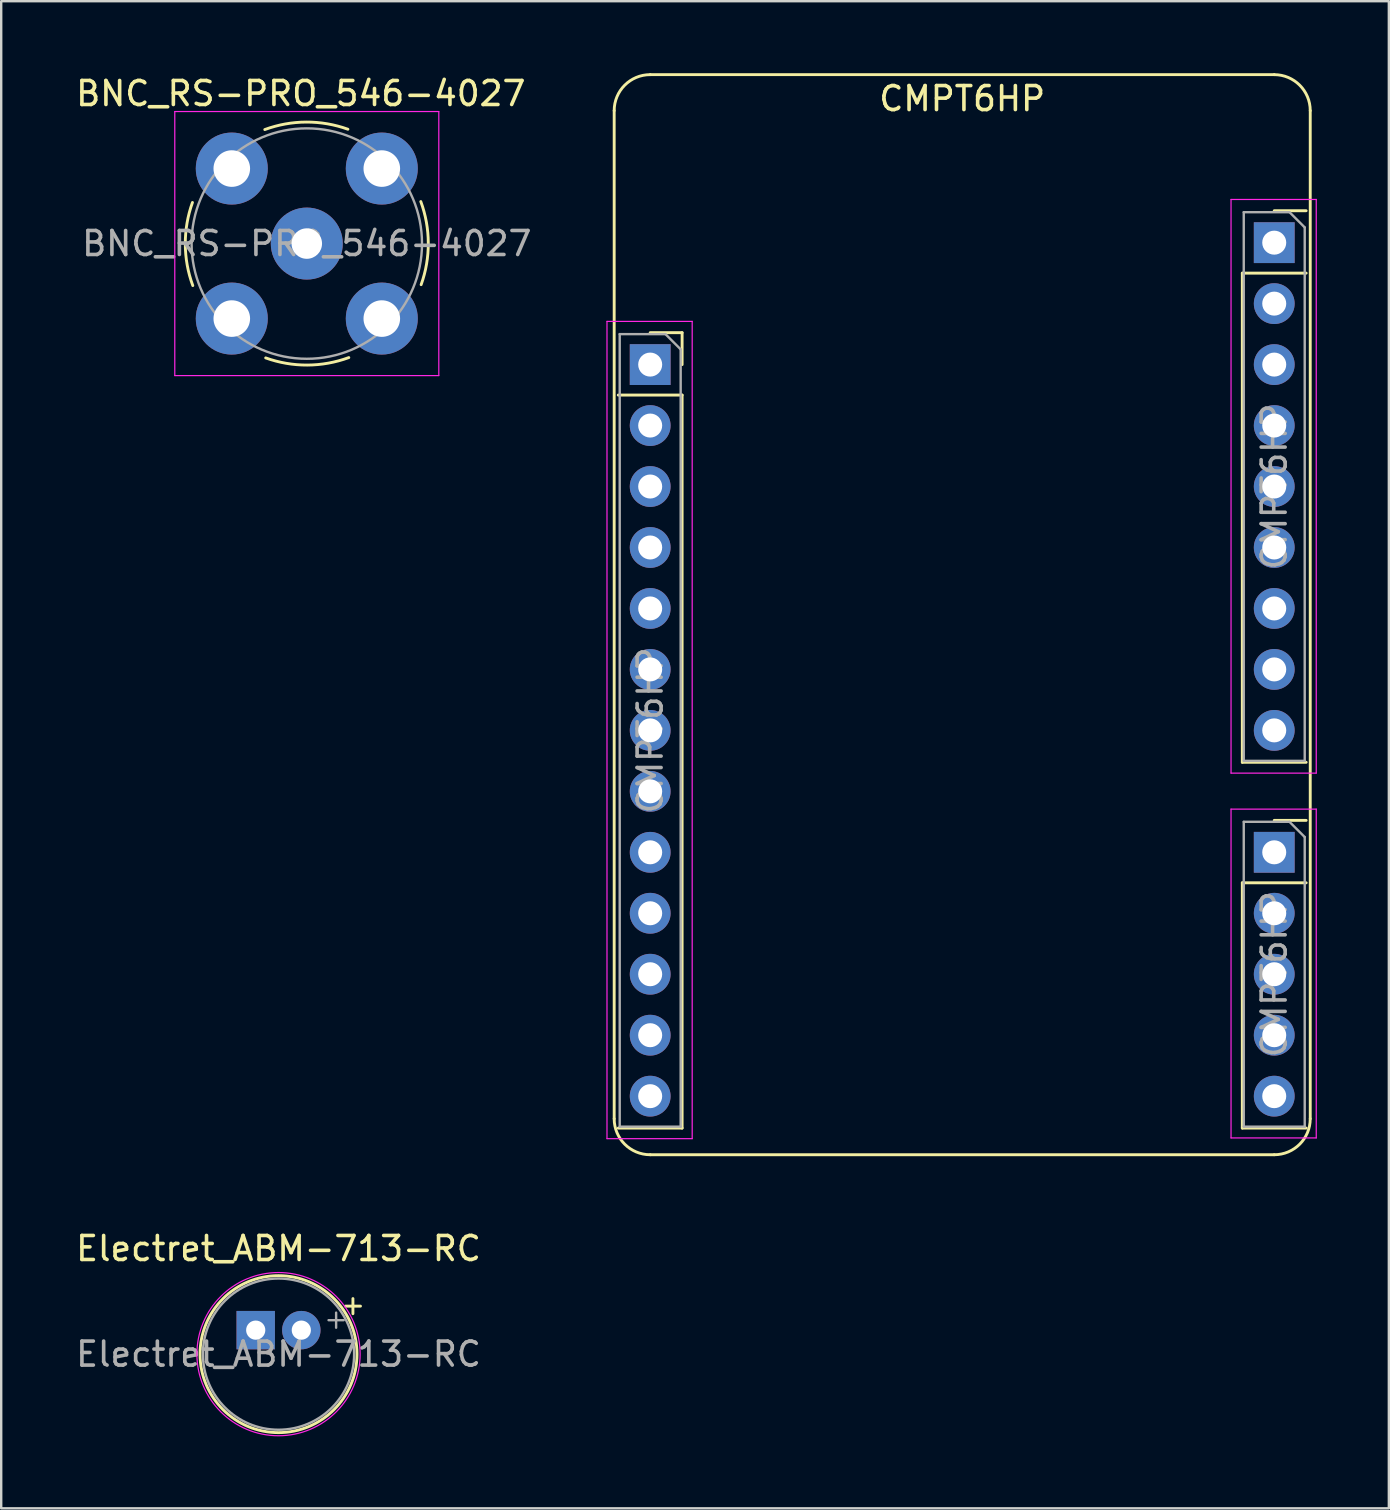
<source format=kicad_pcb>
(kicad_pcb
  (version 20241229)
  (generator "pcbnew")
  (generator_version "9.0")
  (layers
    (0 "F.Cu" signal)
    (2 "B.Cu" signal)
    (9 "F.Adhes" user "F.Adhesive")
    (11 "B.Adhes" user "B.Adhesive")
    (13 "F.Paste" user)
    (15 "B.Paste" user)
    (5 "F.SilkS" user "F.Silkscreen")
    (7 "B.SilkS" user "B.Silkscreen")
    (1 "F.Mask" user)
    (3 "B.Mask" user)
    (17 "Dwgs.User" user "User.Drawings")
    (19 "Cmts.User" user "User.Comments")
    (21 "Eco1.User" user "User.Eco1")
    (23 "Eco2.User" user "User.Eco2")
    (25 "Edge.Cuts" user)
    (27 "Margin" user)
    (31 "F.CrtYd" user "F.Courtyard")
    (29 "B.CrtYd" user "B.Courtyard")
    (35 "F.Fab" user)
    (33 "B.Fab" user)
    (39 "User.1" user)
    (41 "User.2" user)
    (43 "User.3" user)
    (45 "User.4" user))
  (footprint "BNC_RS-PRO_546-4027"
    (layer "F.Cu")
    (at 9.732 7.098)
    (property "Reference" "BNC_RS-PRO_546-4027" (at -0.25 -6.25 0) (layer "F.SilkS") (effects (font (size 1 1) (thickness 0.15))))
    (attr through_hole)
    (fp_arc (start -4.75 1.75) (mid -5.062075 0.019867) (end -4.763589 -1.712663) (stroke (width 0.12) (type solid)) (layer "F.SilkS"))
    (fp_arc (start -1.75 -4.75) (mid -0.019867 -5.062075) (end 1.712663 -4.763589) (stroke (width 0.12) (type solid)) (layer "F.SilkS"))
    (fp_arc (start 1.75 4.75) (mid 0.019867 5.062075) (end -1.712663 4.763589) (stroke (width 0.12) (type solid)) (layer "F.SilkS"))
    (fp_arc (start 4.75 -1.75) (mid 5.062075 -0.019867) (end 4.763589 1.712663) (stroke (width 0.12) (type solid)) (layer "F.SilkS"))
    (fp_line (start -5.5 -5.5) (end 5.5 -5.5) (stroke (width 0.05) (type solid)) (layer "F.CrtYd"))
    (fp_line (start -5.5 5.5) (end -5.5 -5.5) (stroke (width 0.05) (type solid)) (layer "F.CrtYd"))
    (fp_line (start 5.5 -5.5) (end 5.5 5.5) (stroke (width 0.05) (type solid)) (layer "F.CrtYd"))
    (fp_line (start 5.5 5.5) (end -5.5 5.5) (stroke (width 0.05) (type solid)) (layer "F.CrtYd"))
    (fp_circle (center 0 0) (end 4.8 0) (stroke (width 0.1) (type solid)) (fill no) (layer "F.Fab"))
    (fp_text user "${REFERENCE}" (at 0 0 0) (layer "F.Fab") (effects (font (size 1 1) (thickness 0.15))))
    (pad "1" thru_hole circle (at 0 0) (size 3 3) (drill 1.27) (layers "*.Cu" "*.Mask"))
    (pad "2" thru_hole circle (at -3.125 -3.125) (size 3 3) (drill 1.524) (layers "*.Cu" "*.Mask"))
    (pad "2" thru_hole circle (at -3.125 3.125) (size 3 3) (drill 1.524) (layers "*.Cu" "*.Mask"))
    (pad "2" thru_hole circle (at 3.125 -3.125) (size 3 3) (drill 1.524) (layers "*.Cu" "*.Mask"))
    (pad "2" thru_hole circle (at 3.125 3.125) (size 3 3) (drill 1.524) (layers "*.Cu" "*.Mask")))
  (footprint "Electret_ABM-713-RC"
    (layer "F.Cu")
    (at 8.554 53.368)
    (property "Reference" "Electret_ABM-713-RC" (at 0 -4.4 0) (layer "F.SilkS") (effects (font (size 1 1) (thickness 0.15))))
    (attr through_hole)
    (fp_line (start 2.785 -2) (end 3.415 -2) (stroke (width 0.12) (type solid)) (layer "F.SilkS"))
    (fp_line (start 3.1 -2.315) (end 3.1 -1.685) (stroke (width 0.12) (type solid)) (layer "F.SilkS"))
    (fp_circle (center 0 0) (end 3.27 0) (stroke (width 0.12) (type solid)) (fill no) (layer "F.SilkS"))
    (fp_circle (center 0 0) (end 3.4 0) (stroke (width 0.05) (type solid)) (fill no) (layer "F.CrtYd"))
    (fp_line (start 2.085 -1.415) (end 2.715 -1.415) (stroke (width 0.1) (type solid)) (layer "F.Fab"))
    (fp_line (start 2.4 -1.73) (end 2.4 -1.1) (stroke (width 0.1) (type solid)) (layer "F.Fab"))
    (fp_circle (center 0 0) (end 3.15 0) (stroke (width 0.1) (type solid)) (fill no) (layer "F.Fab"))
    (fp_text user "${REFERENCE}" (at 0 0 0) (layer "F.Fab") (effects (font (size 1 1) (thickness 0.15))))
    (pad "1" thru_hole rect (at -0.95 -1) (size 1.6 1.6) (drill 0.8) (layers "*.Cu" "*.Mask"))
    (pad "2" thru_hole circle (at 0.95 -1) (size 1.6 1.6) (drill 0.8) (layers "*.Cu" "*.Mask")))
  (footprint "CMPT6HP"
    (layer "F.Cu")
    (at 37.039 7.06)
    (property "Reference" "CMPT6HP" (at 0 -6 0) (layer "F.SilkS") (effects (font (size 1 1) (thickness 0.15))))
    (attr through_hole)
    (fp_line (start -14.5 36.5) (end -14.5 -5.5) (stroke (width 0.12) (type solid)) (layer "F.SilkS"))
    (fp_line (start -14.33 6.35) (end -11.67 6.35) (stroke (width 0.12) (type solid)) (layer "F.SilkS"))
    (fp_line (start -14.33 36.89) (end -11.67 36.89) (stroke (width 0.12) (type solid)) (layer "F.SilkS"))
    (fp_line (start -13 -7) (end 13 -7) (stroke (width 0.12) (type solid)) (layer "F.SilkS"))
    (fp_line (start -13 3.75) (end -11.67 3.75) (stroke (width 0.12) (type solid)) (layer "F.SilkS"))
    (fp_line (start -11.67 3.75) (end -11.67 5.08) (stroke (width 0.12) (type solid)) (layer "F.SilkS"))
    (fp_line (start -11.67 6.35) (end -11.67 36.89) (stroke (width 0.12) (type solid)) (layer "F.SilkS"))
    (fp_line (start 11.67 1.27) (end 11.67 21.65) (stroke (width 0.12) (type solid)) (layer "F.SilkS"))
    (fp_line (start 11.67 1.27) (end 14.33 1.27) (stroke (width 0.12) (type solid)) (layer "F.SilkS"))
    (fp_line (start 11.67 21.65) (end 14.33 21.65) (stroke (width 0.12) (type solid)) (layer "F.SilkS"))
    (fp_line (start 11.67 26.67) (end 11.67 36.89) (stroke (width 0.12) (type solid)) (layer "F.SilkS"))
    (fp_line (start 11.67 26.67) (end 14.33 26.67) (stroke (width 0.12) (type solid)) (layer "F.SilkS"))
    (fp_line (start 11.67 36.89) (end 14.33 36.89) (stroke (width 0.12) (type solid)) (layer "F.SilkS"))
    (fp_line (start 13 -1.33) (end 14.33 -1.33) (stroke (width 0.12) (type solid)) (layer "F.SilkS"))
    (fp_line (start 13 24.07) (end 14.33 24.07) (stroke (width 0.12) (type solid)) (layer "F.SilkS"))
    (fp_line (start 13 38) (end -13 38) (stroke (width 0.12) (type solid)) (layer "F.SilkS"))
    (fp_line (start 14.5 -5.5) (end 14.5 36.5) (stroke (width 0.12) (type solid)) (layer "F.SilkS"))
    (fp_arc (start -14.5 -5.5) (mid -14.06066 -6.56066) (end -13 -7) (stroke (width 0.12) (type solid)) (layer "F.SilkS"))
    (fp_arc (start -13 38) (mid -14.06066 37.56066) (end -14.5 36.5) (stroke (width 0.12) (type solid)) (layer "F.SilkS"))
    (fp_arc (start 13 -7) (mid 14.06066 -6.56066) (end 14.5 -5.5) (stroke (width 0.12) (type solid)) (layer "F.SilkS"))
    (fp_arc (start 14.5 36.5) (mid 14.06066 37.56066) (end 13 38) (stroke (width 0.12) (type solid)) (layer "F.SilkS"))
    (fp_line (start -14.8 3.28) (end -11.25 3.28) (stroke (width 0.05) (type solid)) (layer "F.CrtYd"))
    (fp_line (start -14.8 37.33) (end -14.8 3.28) (stroke (width 0.05) (type solid)) (layer "F.CrtYd"))
    (fp_line (start -11.25 3.28) (end -11.25 37.33) (stroke (width 0.05) (type solid)) (layer "F.CrtYd"))
    (fp_line (start -11.25 37.33) (end -14.8 37.33) (stroke (width 0.05) (type solid)) (layer "F.CrtYd"))
    (fp_line (start 11.2 -1.8) (end 14.75 -1.8) (stroke (width 0.05) (type solid)) (layer "F.CrtYd"))
    (fp_line (start 11.2 22.1) (end 11.2 -1.8) (stroke (width 0.05) (type solid)) (layer "F.CrtYd"))
    (fp_line (start 11.2 23.6) (end 14.75 23.6) (stroke (width 0.05) (type solid)) (layer "F.CrtYd"))
    (fp_line (start 11.2 37.3) (end 11.2 23.6) (stroke (width 0.05) (type solid)) (layer "F.CrtYd"))
    (fp_line (start 14.75 -1.8) (end 14.75 22.1) (stroke (width 0.05) (type solid)) (layer "F.CrtYd"))
    (fp_line (start 14.75 22.1) (end 11.2 22.1) (stroke (width 0.05) (type solid)) (layer "F.CrtYd"))
    (fp_line (start 14.75 23.6) (end 14.75 37.3) (stroke (width 0.05) (type solid)) (layer "F.CrtYd"))
    (fp_line (start 14.75 37.3) (end 11.2 37.3) (stroke (width 0.05) (type solid)) (layer "F.CrtYd"))
    (fp_line (start -14.27 3.81) (end -12.365 3.81) (stroke (width 0.1) (type solid)) (layer "F.Fab"))
    (fp_line (start -14.27 36.83) (end -14.27 3.81) (stroke (width 0.1) (type solid)) (layer "F.Fab"))
    (fp_line (start -12.365 3.81) (end -11.73 4.445) (stroke (width 0.1) (type solid)) (layer "F.Fab"))
    (fp_line (start -11.73 4.445) (end -11.73 36.83) (stroke (width 0.1) (type solid)) (layer "F.Fab"))
    (fp_line (start -11.73 36.83) (end -14.27 36.83) (stroke (width 0.1) (type solid)) (layer "F.Fab"))
    (fp_line (start 11.73 -1.27) (end 13.635 -1.27) (stroke (width 0.1) (type solid)) (layer "F.Fab"))
    (fp_line (start 11.73 21.59) (end 11.73 -1.27) (stroke (width 0.1) (type solid)) (layer "F.Fab"))
    (fp_line (start 11.73 24.13) (end 13.635 24.13) (stroke (width 0.1) (type solid)) (layer "F.Fab"))
    (fp_line (start 11.73 36.83) (end 11.73 24.13) (stroke (width 0.1) (type solid)) (layer "F.Fab"))
    (fp_line (start 13.635 -1.27) (end 14.27 -0.635) (stroke (width 0.1) (type solid)) (layer "F.Fab"))
    (fp_line (start 13.635 24.13) (end 14.27 24.765) (stroke (width 0.1) (type solid)) (layer "F.Fab"))
    (fp_line (start 14.27 -0.635) (end 14.27 21.59) (stroke (width 0.1) (type solid)) (layer "F.Fab"))
    (fp_line (start 14.27 21.59) (end 11.73 21.59) (stroke (width 0.1) (type solid)) (layer "F.Fab"))
    (fp_line (start 14.27 24.765) (end 14.27 36.83) (stroke (width 0.1) (type solid)) (layer "F.Fab"))
    (fp_line (start 14.27 36.83) (end 11.73 36.83) (stroke (width 0.1) (type solid)) (layer "F.Fab"))
    (fp_text user "${REFERENCE}" (at 13 10.16 90) (layer "F.Fab") (effects (font (size 1 1) (thickness 0.15))))
    (fp_text user "${REFERENCE}" (at -13 20.32 90) (layer "F.Fab") (effects (font (size 1 1) (thickness 0.15))))
    (fp_text user "${REFERENCE}" (at 13 30.48 90) (layer "F.Fab") (effects (font (size 1 1) (thickness 0.15))))
    (pad "1" thru_hole rect (at -13 5.08) (size 1.7 1.7) (drill 1) (layers "*.Cu" "*.Mask"))
    (pad "2" thru_hole oval (at -13 7.62) (size 1.7 1.7) (drill 1) (layers "*.Cu" "*.Mask"))
    (pad "3" thru_hole oval (at -13 10.16) (size 1.7 1.7) (drill 1) (layers "*.Cu" "*.Mask"))
    (pad "4" thru_hole oval (at -13 12.7) (size 1.7 1.7) (drill 1) (layers "*.Cu" "*.Mask"))
    (pad "5" thru_hole oval (at -13 15.24) (size 1.7 1.7) (drill 1) (layers "*.Cu" "*.Mask"))
    (pad "6" thru_hole oval (at -13 17.78) (size 1.7 1.7) (drill 1) (layers "*.Cu" "*.Mask"))
    (pad "7" thru_hole oval (at -13 20.32) (size 1.7 1.7) (drill 1) (layers "*.Cu" "*.Mask"))
    (pad "8" thru_hole oval (at -13 22.86) (size 1.7 1.7) (drill 1) (layers "*.Cu" "*.Mask"))
    (pad "9" thru_hole oval (at -13 25.4) (size 1.7 1.7) (drill 1) (layers "*.Cu" "*.Mask"))
    (pad "10" thru_hole oval (at -13 27.94) (size 1.7 1.7) (drill 1) (layers "*.Cu" "*.Mask"))
    (pad "11" thru_hole oval (at -13 30.48) (size 1.7 1.7) (drill 1) (layers "*.Cu" "*.Mask"))
    (pad "12" thru_hole oval (at -13 33.02) (size 1.7 1.7) (drill 1) (layers "*.Cu" "*.Mask"))
    (pad "13" thru_hole oval (at -13 35.56) (size 1.7 1.7) (drill 1) (layers "*.Cu" "*.Mask"))
    (pad "14" thru_hole oval (at 13 35.56) (size 1.7 1.7) (drill 1) (layers "*.Cu" "*.Mask"))
    (pad "15" thru_hole oval (at 13 33.02) (size 1.7 1.7) (drill 1) (layers "*.Cu" "*.Mask"))
    (pad "16" thru_hole oval (at 13 30.48) (size 1.7 1.7) (drill 1) (layers "*.Cu" "*.Mask"))
    (pad "17" thru_hole oval (at 13 27.94) (size 1.7 1.7) (drill 1) (layers "*.Cu" "*.Mask"))
    (pad "18" thru_hole rect (at 13 25.4) (size 1.7 1.7) (drill 1) (layers "*.Cu" "*.Mask"))
    (pad "19" thru_hole oval (at 13 20.32) (size 1.7 1.7) (drill 1) (layers "*.Cu" "*.Mask"))
    (pad "20" thru_hole oval (at 13 17.78) (size 1.7 1.7) (drill 1) (layers "*.Cu" "*.Mask"))
    (pad "21" thru_hole oval (at 13 15.24) (size 1.7 1.7) (drill 1) (layers "*.Cu" "*.Mask"))
    (pad "22" thru_hole oval (at 13 12.7) (size 1.7 1.7) (drill 1) (layers "*.Cu" "*.Mask"))
    (pad "23" thru_hole oval (at 13 10.16) (size 1.7 1.7) (drill 1) (layers "*.Cu" "*.Mask"))
    (pad "24" thru_hole oval (at 13 7.62) (size 1.7 1.7) (drill 1) (layers "*.Cu" "*.Mask"))
    (pad "25" thru_hole oval (at 13 5.08) (size 1.7 1.7) (drill 1) (layers "*.Cu" "*.Mask"))
    (pad "26" thru_hole oval (at 13 2.54) (size 1.7 1.7) (drill 1) (layers "*.Cu" "*.Mask"))
    (pad "27" thru_hole rect (at 13 0) (size 1.7 1.7) (drill 1) (layers "*.Cu" "*.Mask")))
  (gr_rect
    (start -3 -3)
    (end 54.814 59.793)
    (stroke (width 0.1) (type default))
    (fill no)
    (layer "Edge.Cuts")))
</source>
